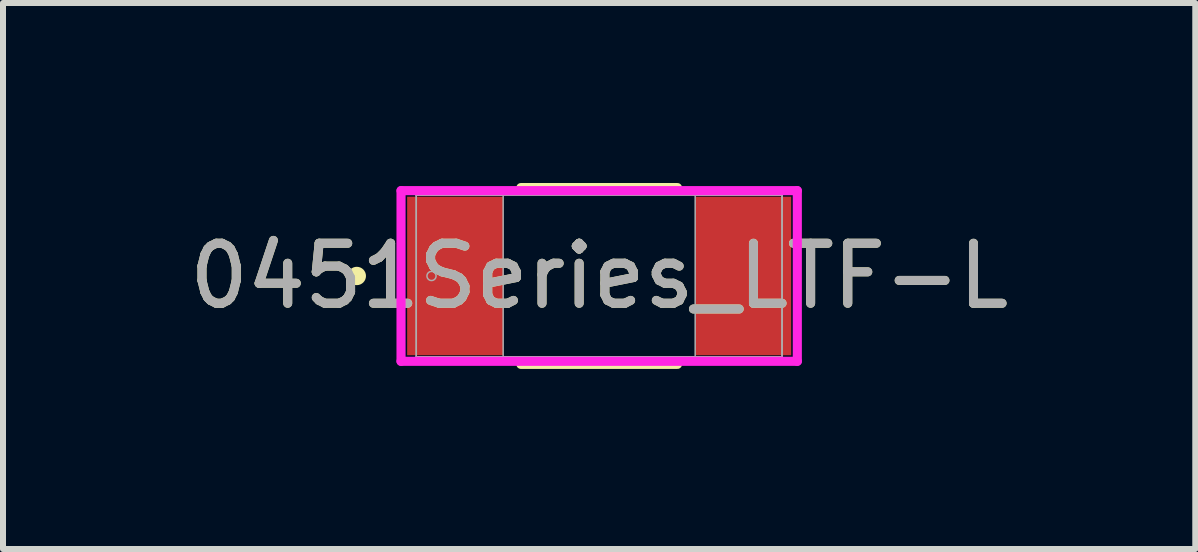
<source format=kicad_pcb>
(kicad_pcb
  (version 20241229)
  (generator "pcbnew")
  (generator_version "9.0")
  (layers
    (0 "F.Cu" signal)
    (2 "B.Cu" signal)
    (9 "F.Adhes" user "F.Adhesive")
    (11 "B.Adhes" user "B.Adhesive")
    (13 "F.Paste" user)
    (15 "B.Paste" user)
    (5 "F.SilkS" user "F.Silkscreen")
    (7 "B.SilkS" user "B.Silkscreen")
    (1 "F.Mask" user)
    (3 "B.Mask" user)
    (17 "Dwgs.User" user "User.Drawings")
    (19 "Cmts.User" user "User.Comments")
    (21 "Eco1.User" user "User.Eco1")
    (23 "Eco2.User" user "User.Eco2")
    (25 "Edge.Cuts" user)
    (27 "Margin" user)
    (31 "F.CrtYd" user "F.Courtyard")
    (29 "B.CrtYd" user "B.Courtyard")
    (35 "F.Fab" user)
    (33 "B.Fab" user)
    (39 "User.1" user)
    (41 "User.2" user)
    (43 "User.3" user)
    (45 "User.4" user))
  (footprint "0451Series_LTF-L"
    (layer "F.Cu")
    (at 6.935 1.549)
    (property "Reference" "0451Series_LTF-L" (at 0 0 0) (unlocked yes) (layer "F.SilkS") (effects (font (size 1 1) (thickness 0.15))))
    (attr smd)
    (fp_line (start -1.304 1.473) (end 1.304 1.473) (stroke (width 0.152) (type solid)) (layer "F.SilkS"))
    (fp_line (start 1.304 -1.473) (end -1.304 -1.473) (stroke (width 0.152) (type solid)) (layer "F.SilkS"))
    (fp_circle (center -4.039 0) (end -3.962 0) (stroke (width 0.152) (type solid)) (fill no) (layer "F.SilkS"))
    (fp_line (start -3.302 -1.422) (end 3.302 -1.422) (stroke (width 0.152) (type solid)) (layer "F.CrtYd"))
    (fp_line (start -3.302 1.422) (end -3.302 -1.422) (stroke (width 0.152) (type solid)) (layer "F.CrtYd"))
    (fp_line (start 3.302 -1.422) (end 3.302 1.422) (stroke (width 0.152) (type solid)) (layer "F.CrtYd"))
    (fp_line (start 3.302 1.422) (end -3.302 1.422) (stroke (width 0.152) (type solid)) (layer "F.CrtYd"))
    (fp_line (start -3.048 -1.346) (end -3.048 1.346) (stroke (width 0.025) (type solid)) (layer "F.Fab"))
    (fp_line (start -3.048 -1.346) (end -3.048 1.346) (stroke (width 0.025) (type solid)) (layer "F.Fab"))
    (fp_line (start -3.048 1.346) (end -1.6 1.346) (stroke (width 0.025) (type solid)) (layer "F.Fab"))
    (fp_line (start -3.048 1.346) (end 3.048 1.346) (stroke (width 0.025) (type solid)) (layer "F.Fab"))
    (fp_line (start -1.6 -1.346) (end -3.048 -1.346) (stroke (width 0.025) (type solid)) (layer "F.Fab"))
    (fp_line (start -1.6 1.346) (end -1.6 -1.346) (stroke (width 0.025) (type solid)) (layer "F.Fab"))
    (fp_line (start 1.6 -1.346) (end 1.6 1.346) (stroke (width 0.025) (type solid)) (layer "F.Fab"))
    (fp_line (start 1.6 1.346) (end 3.048 1.346) (stroke (width 0.025) (type solid)) (layer "F.Fab"))
    (fp_line (start 3.048 -1.346) (end -3.048 -1.346) (stroke (width 0.025) (type solid)) (layer "F.Fab"))
    (fp_line (start 3.048 -1.346) (end 1.6 -1.346) (stroke (width 0.025) (type solid)) (layer "F.Fab"))
    (fp_line (start 3.048 1.346) (end 3.048 -1.346) (stroke (width 0.025) (type solid)) (layer "F.Fab"))
    (fp_line (start 3.048 1.346) (end 3.048 -1.346) (stroke (width 0.025) (type solid)) (layer "F.Fab"))
    (fp_circle (center -2.794 0) (end -2.718 0) (stroke (width 0.025) (type solid)) (fill no) (layer "F.Fab"))
    (fp_text user "${REFERENCE}" (at 0 0 0) (unlocked yes) (layer "F.Fab") (effects (font (size 1 1) (thickness 0.15))))
    (pad "1" smd rect (at -2.4 0) (size 1.6 2.642) (layers "F.Cu" "F.Mask" "F.Paste"))
    (pad "2" smd rect (at 2.4 0) (size 1.6 2.642) (layers "F.Cu" "F.Mask" "F.Paste"))
    (zone (net_name "") (layer "F.Cu") (hatch full 0.508) (connect_pads) (min_thickness 0.254) (filled_areas_thickness no) (keepout (tracks not_allowed) (vias not_allowed) (pads allowed) (copperpour not_allowed) (footprints allowed)) (placement (enabled no)) (fill) (polygon (pts (xy 5.385 0.254) (xy 8.484 0.254) (xy 8.484 2.845) (xy 5.385 2.845)))))
  (gr_rect
    (start -3 -3)
    (end 16.869 6.099)
    (stroke (width 0.1) (type default))
    (fill no)
    (layer "Edge.Cuts")))
</source>
